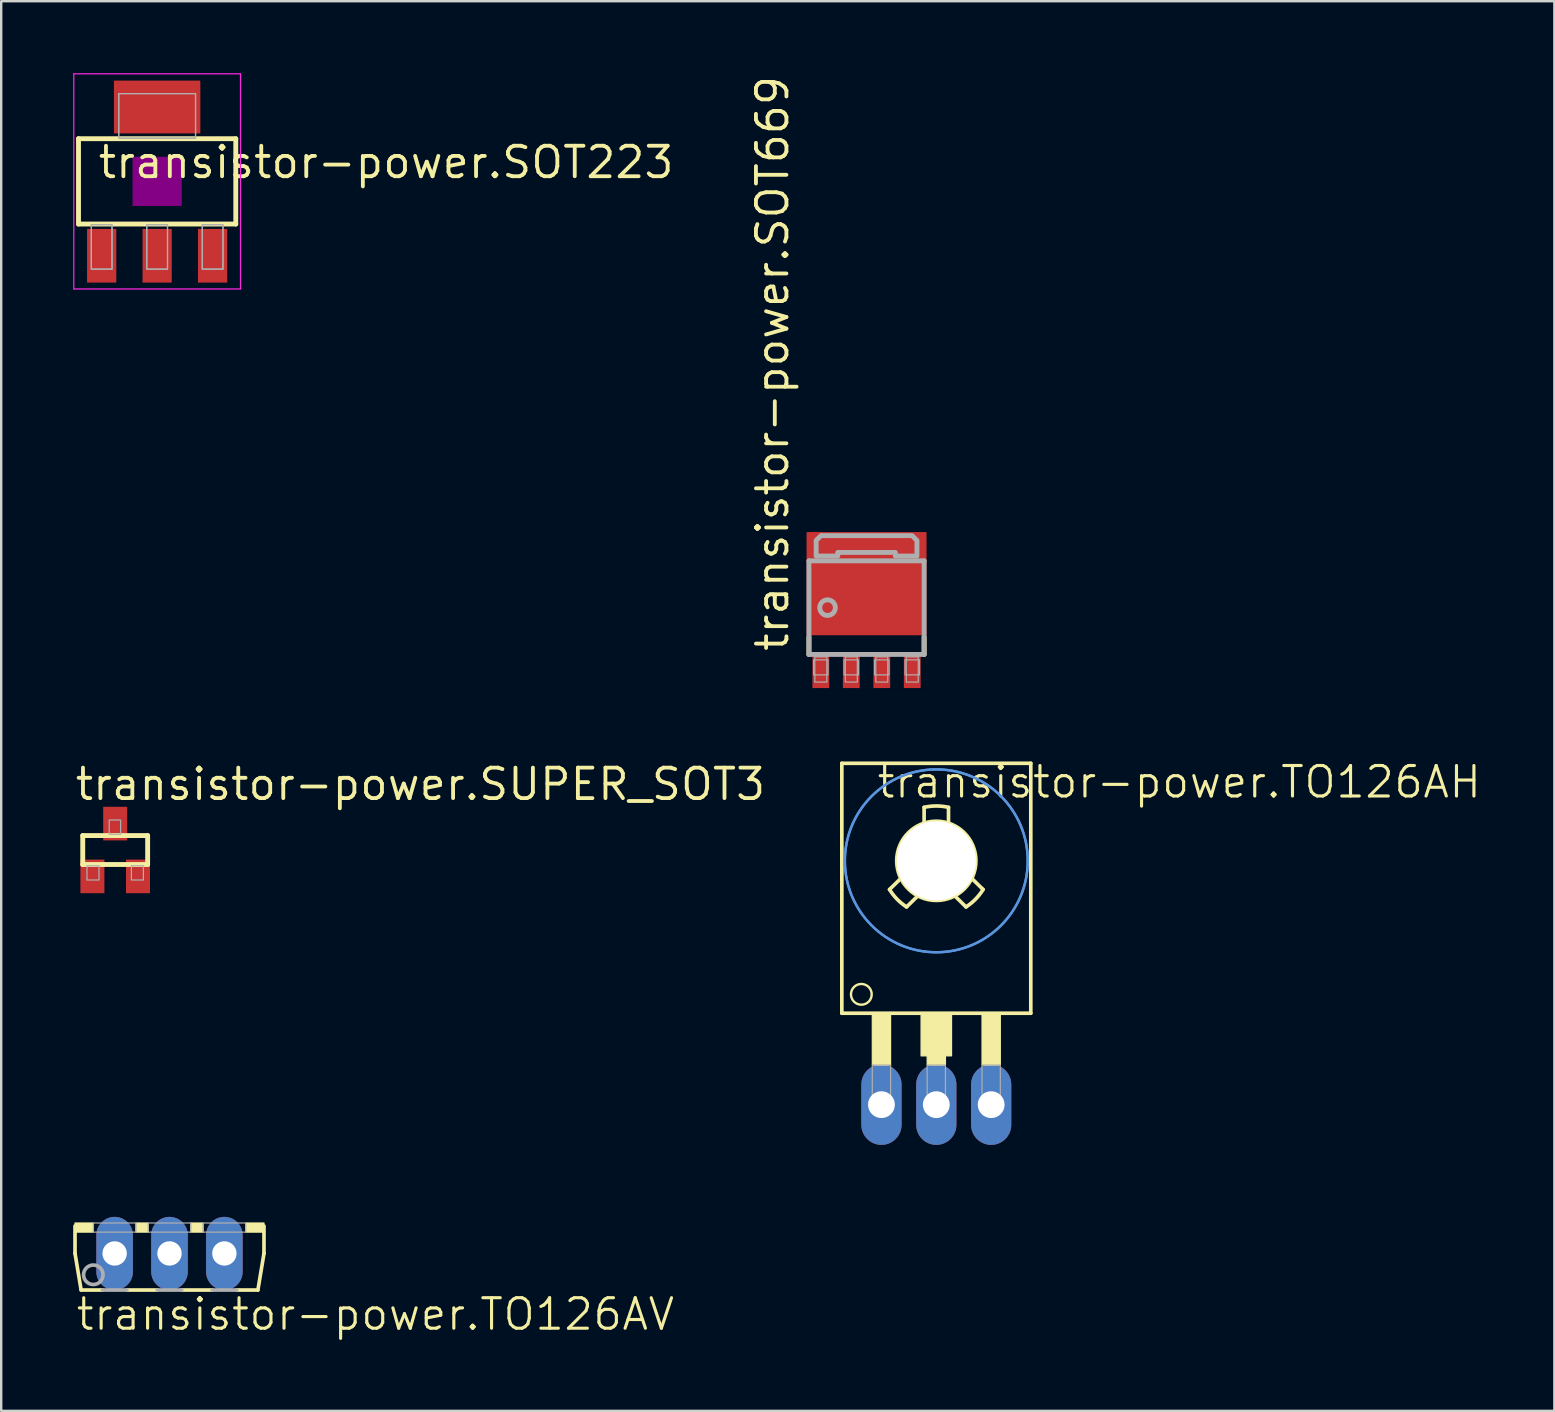
<source format=kicad_pcb>
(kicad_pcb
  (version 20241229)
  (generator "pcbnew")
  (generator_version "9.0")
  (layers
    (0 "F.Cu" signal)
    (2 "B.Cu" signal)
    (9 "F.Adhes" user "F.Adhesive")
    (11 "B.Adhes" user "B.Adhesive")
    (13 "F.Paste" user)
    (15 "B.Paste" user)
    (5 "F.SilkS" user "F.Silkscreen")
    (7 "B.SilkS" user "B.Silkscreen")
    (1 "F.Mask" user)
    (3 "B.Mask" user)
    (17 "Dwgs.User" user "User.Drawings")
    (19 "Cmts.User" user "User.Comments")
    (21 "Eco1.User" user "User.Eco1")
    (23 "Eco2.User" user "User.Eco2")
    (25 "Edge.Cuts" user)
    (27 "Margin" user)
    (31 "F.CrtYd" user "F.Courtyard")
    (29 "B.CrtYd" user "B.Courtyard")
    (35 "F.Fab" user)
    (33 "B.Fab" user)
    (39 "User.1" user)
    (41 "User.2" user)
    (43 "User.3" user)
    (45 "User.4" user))
  (footprint "transistor-power.SOT223"
    (layer "F.Cu")
    (at 3.498 4.508)
    (property "Reference" "transistor-power.SOT223" (at -2.54 -0.051 0) (layer "F.SilkS") (effects (font (size 1.27 1.27) (thickness 0.16)) (justify left bottom)))
    (attr smd)
    (fp_line (start -3.277 -1.778) (end 3.277 -1.778) (stroke (width 0.203) (type default)) (layer "F.SilkS"))
    (fp_line (start -3.277 1.778) (end -3.277 -1.778) (stroke (width 0.203) (type default)) (layer "F.SilkS"))
    (fp_line (start 3.277 -1.778) (end 3.277 1.778) (stroke (width 0.203) (type default)) (layer "F.SilkS"))
    (fp_line (start 3.277 1.778) (end -3.277 1.778) (stroke (width 0.203) (type default)) (layer "F.SilkS"))
    (fp_rect (start -1 1) (end 1 -1) (stroke (width 0.05) (type default)) (fill yes) (layer "F.Adhes"))
    (fp_line (start -3.473 -4.483) (end 3.473 -4.483) (stroke (width 0.051) (type default)) (layer "F.CrtYd"))
    (fp_line (start -3.473 4.483) (end -3.473 -4.483) (stroke (width 0.051) (type default)) (layer "F.CrtYd"))
    (fp_line (start 3.473 -4.483) (end 3.473 4.483) (stroke (width 0.051) (type default)) (layer "F.CrtYd"))
    (fp_line (start 3.473 4.483) (end -3.473 4.483) (stroke (width 0.051) (type default)) (layer "F.CrtYd"))
    (fp_rect (start -2.743 3.658) (end -1.88 1.803) (stroke (width 0.05) (type default)) (fill no) (layer "F.Fab"))
    (fp_rect (start -2.743 3.658) (end -1.88 1.803) (stroke (width 0.05) (type default)) (fill no) (layer "F.Fab"))
    (fp_rect (start -1.6 -1.803) (end 1.6 -3.658) (stroke (width 0.05) (type default)) (fill no) (layer "F.Fab"))
    (fp_rect (start -1.6 -1.803) (end 1.6 -3.658) (stroke (width 0.05) (type default)) (fill no) (layer "F.Fab"))
    (fp_rect (start -0.432 3.658) (end 0.432 1.803) (stroke (width 0.05) (type default)) (fill no) (layer "F.Fab"))
    (fp_rect (start -0.432 3.658) (end 0.432 1.803) (stroke (width 0.05) (type default)) (fill no) (layer "F.Fab"))
    (fp_rect (start 1.88 3.658) (end 2.743 1.803) (stroke (width 0.05) (type default)) (fill no) (layer "F.Fab"))
    (fp_rect (start 1.88 3.658) (end 2.743 1.803) (stroke (width 0.05) (type default)) (fill no) (layer "F.Fab"))
    (pad "1" smd roundrect (at -2.311 3.099) (size 1.219 2.235) (layers "F.Cu" "F.Mask" "F.Paste") (roundrect_rratio 0.01))
    (pad "2" smd roundrect (at 0 3.099) (size 1.219 2.235) (layers "F.Cu" "F.Mask" "F.Paste") (roundrect_rratio 0.01))
    (pad "3" smd roundrect (at 2.311 3.099) (size 1.219 2.235) (layers "F.Cu" "F.Mask" "F.Paste") (roundrect_rratio 0.01))
    (pad "4" smd roundrect (at 0 -3.099) (size 3.6 2.2) (layers "F.Cu" "F.Mask" "F.Paste") (roundrect_rratio 0.01)))
  (footprint "transistor-power.SOT669"
    (layer "F.Cu")
    (at 33.058 22.27)
    (property "Reference" "transistor-power.SOT669" (at -3.175 1.905 90) (layer "F.SilkS") (effects (font (size 1.27 1.27) (thickness 0.16)) (justify left bottom)))
    (attr smd)
    (fp_line (start -2.4 1.95) (end -2.4 1.225) (stroke (width 0.203) (type default)) (layer "F.SilkS"))
    (fp_line (start 2.4 1.225) (end 2.4 1.95) (stroke (width 0.203) (type default)) (layer "F.SilkS"))
    (fp_rect (start -2.4 -2.05) (end 2.425 -3.1) (stroke (width 0.05) (type default)) (fill yes) (layer "F.Paste"))
    (fp_rect (start -1.575 1.025) (end 1.575 -2.075) (stroke (width 0.05) (type default)) (fill yes) (layer "F.Paste"))
    (fp_line (start -2.4 -1.95) (end 2.4 -1.95) (stroke (width 0.203) (type default)) (layer "F.Fab"))
    (fp_line (start -2.4 1.95) (end -2.4 -1.95) (stroke (width 0.203) (type default)) (layer "F.Fab"))
    (fp_line (start 2.4 -1.95) (end 2.4 1.95) (stroke (width 0.203) (type default)) (layer "F.Fab"))
    (fp_line (start 2.4 1.95) (end -2.4 1.95) (stroke (width 0.203) (type default)) (layer "F.Fab"))
    (fp_rect (start -2.205 2.8) (end -1.605 2.175) (stroke (width 0.05) (type default)) (fill no) (layer "F.Fab"))
    (fp_rect (start -2.155 3.1) (end -1.655 2.05) (stroke (width 0.05) (type default)) (fill no) (layer "F.Fab"))
    (fp_rect (start -0.935 2.8) (end -0.335 2.175) (stroke (width 0.05) (type default)) (fill no) (layer "F.Fab"))
    (fp_rect (start -0.885 3.1) (end -0.385 2.05) (stroke (width 0.05) (type default)) (fill no) (layer "F.Fab"))
    (fp_rect (start 0.335 2.8) (end 0.935 2.175) (stroke (width 0.05) (type default)) (fill no) (layer "F.Fab"))
    (fp_rect (start 0.385 3.1) (end 0.885 2.05) (stroke (width 0.05) (type default)) (fill no) (layer "F.Fab"))
    (fp_rect (start 1.605 2.8) (end 2.205 2.175) (stroke (width 0.05) (type default)) (fill no) (layer "F.Fab"))
    (fp_rect (start 1.655 3.1) (end 2.155 2.05) (stroke (width 0.05) (type default)) (fill no) (layer "F.Fab"))
    (fp_circle (center -1.625 0) (end -1.3 0) (stroke (width 0.203) (type default)) (fill no) (layer "F.Fab"))
    (fp_poly (pts (xy -2.1 -2.15) (xy -2.1 -2.8) (xy -1.9 -3) (xy 1.9 -3) (xy 2.1 -2.8) (xy 2.1 -2.15) (xy 1.2 -2.15) (xy 1.2 -2.3) (xy -1.2 -2.3) (xy -1.2 -2.15)) (stroke (width 0.203) (type default)) (fill no) (layer "F.Fab"))
    (pad "1" smd roundrect (at -1.905 2.65) (size 0.7 1.4) (layers "F.Cu" "F.Mask" "F.Paste") (roundrect_rratio 0.01))
    (pad "2" smd roundrect (at -0.635 2.65) (size 0.7 1.4) (layers "F.Cu" "F.Mask" "F.Paste") (roundrect_rratio 0.01))
    (pad "3" smd roundrect (at 0.635 2.65) (size 0.7 1.4) (layers "F.Cu" "F.Mask" "F.Paste") (roundrect_rratio 0.01))
    (pad "4" smd roundrect (at 1.905 2.65) (size 0.7 1.4) (layers "F.Cu" "F.Mask" "F.Paste") (roundrect_rratio 0.01))
    (pad "MB" smd roundrect (at 0 -1) (size 5 4.3) (layers "F.Cu" "F.Mask" "F.Paste") (roundrect_rratio 0.01)))
  (footprint "transistor-power.TO126AH"
    (layer "F.Cu")
    (at 35.965 37.9)
    (property "Reference" "transistor-power.TO126AH" (at -2.54 -7.62 0) (layer "F.SilkS") (effects (font (size 1.27 1.27) (thickness 0.13)) (justify left bottom)))
    (attr through_hole)
    (fp_line (start -3.937 -9.144) (end 3.937 -9.144) (stroke (width 0.152) (type default)) (layer "F.SilkS"))
    (fp_line (start -3.937 1.27) (end -3.937 -9.144) (stroke (width 0.152) (type default)) (layer "F.SilkS"))
    (fp_line (start -3.937 1.27) (end 3.937 1.27) (stroke (width 0.152) (type default)) (layer "F.SilkS"))
    (fp_line (start -1.479 -4.346) (end -1.949 -3.886) (stroke (width 0.152) (type default)) (layer "F.SilkS"))
    (fp_line (start -0.769 -3.619) (end -1.239 -3.159) (stroke (width 0.152) (type default)) (layer "F.SilkS"))
    (fp_line (start -0.508 -6.651) (end -0.508 -7.309) (stroke (width 0.152) (type default)) (layer "F.SilkS"))
    (fp_line (start 0.508 -6.651) (end 0.508 -7.309) (stroke (width 0.152) (type default)) (layer "F.SilkS"))
    (fp_line (start 0.769 -3.619) (end 1.239 -3.159) (stroke (width 0.152) (type default)) (layer "F.SilkS"))
    (fp_line (start 1.479 -4.346) (end 1.949 -3.886) (stroke (width 0.152) (type default)) (layer "F.SilkS"))
    (fp_line (start 3.937 -9.144) (end 3.937 1.27) (stroke (width 0.152) (type default)) (layer "F.SilkS"))
    (fp_rect (start -2.667 3.429) (end -1.905 1.27) (stroke (width 0.05) (type default)) (fill yes) (layer "F.SilkS"))
    (fp_rect (start -0.635 3.048) (end 0.635 1.27) (stroke (width 0.05) (type default)) (fill yes) (layer "F.SilkS"))
    (fp_rect (start -0.381 3.429) (end 0.381 1.27) (stroke (width 0.05) (type default)) (fill yes) (layer "F.SilkS"))
    (fp_rect (start 1.905 3.429) (end 2.667 1.27) (stroke (width 0.05) (type default)) (fill yes) (layer "F.SilkS"))
    (fp_arc (start -1.2393 -3.1591) (mid -1.635181 -3.482509) (end -1.9493 -3.8858) (stroke (width 0.1524) (type default)) (layer "F.SilkS"))
    (fp_arc (start -0.508 -7.3088) (mid 0 -7.36596) (end 0.508 -7.3088) (stroke (width 0.1524) (type default)) (layer "F.SilkS"))
    (fp_arc (start 1.9493 -3.8858) (mid 1.635181 -3.482509) (end 1.2393 -3.1591) (stroke (width 0.1524) (type default)) (layer "F.SilkS"))
    (fp_circle (center -3.124 0.483) (end -2.692 0.483) (stroke (width 0.1) (type default)) (fill no) (layer "F.SilkS"))
    (fp_circle (center 0 -5.08) (end 1.651 -5.08) (stroke (width 0.152) (type default)) (fill no) (layer "F.SilkS"))
    (fp_circle (center 0 -5.08) (end 3.81 -5.08) (stroke (width 0.1) (type default)) (fill no) (layer "Cmts.User"))
    (fp_circle (center 0 -5.08) (end 3.81 -5.08) (stroke (width 0.1) (type default)) (fill no) (layer "Cmts.User"))
    (fp_rect (start -2.667 5.207) (end -1.905 3.429) (stroke (width 0.05) (type default)) (fill no) (layer "F.Fab"))
    (fp_rect (start -0.381 5.207) (end 0.381 3.429) (stroke (width 0.05) (type default)) (fill no) (layer "F.Fab"))
    (fp_rect (start 1.905 5.207) (end 2.667 3.429) (stroke (width 0.05) (type default)) (fill no) (layer "F.Fab"))
    (pad "" np_thru_hole circle (at 0 -5.08) (size 3.302 3.302) (drill 3.302) (layers "*.Cu" "*.Mask"))
    (pad "B" thru_hole oval (at 2.286 5.08 90) (size 3.353 1.676) (drill 1.118) (layers "*.Cu" "*.Mask"))
    (pad "C" thru_hole oval (at 0 5.08 90) (size 3.353 1.676) (drill 1.118) (layers "*.Cu" "*.Mask"))
    (pad "E" thru_hole oval (at -2.286 5.08 90) (size 3.353 1.676) (drill 1.118) (layers "*.Cu" "*.Mask")))
  (footprint "transistor-power.SUPER_SOT3"
    (layer "F.Cu")
    (at 1.75 32.37)
    (property "Reference" "transistor-power.SUPER_SOT3" (at -1.75 -2 0) (layer "F.SilkS") (effects (font (size 1.27 1.27) (thickness 0.16)) (justify left bottom)))
    (attr smd)
    (fp_line (start -1.352 -0.603) (end 1.352 -0.603) (stroke (width 0.203) (type default)) (layer "F.SilkS"))
    (fp_line (start -1.352 0.603) (end -1.352 -0.603) (stroke (width 0.203) (type default)) (layer "F.SilkS"))
    (fp_line (start 1.352 -0.603) (end 1.352 0.603) (stroke (width 0.203) (type default)) (layer "F.SilkS"))
    (fp_line (start 1.352 0.603) (end -1.352 0.603) (stroke (width 0.203) (type default)) (layer "F.SilkS"))
    (fp_rect (start -1.175 1.25) (end -0.675 0.653) (stroke (width 0.05) (type default)) (fill no) (layer "F.Fab"))
    (fp_rect (start -0.25 -0.653) (end 0.225 -1.25) (stroke (width 0.05) (type default)) (fill no) (layer "F.Fab"))
    (fp_rect (start 0.675 1.25) (end 1.175 0.653) (stroke (width 0.05) (type default)) (fill no) (layer "F.Fab"))
    (pad "1" smd roundrect (at -0.95 1.1) (size 1 1.4) (layers "F.Cu" "F.Mask" "F.Paste") (roundrect_rratio 0.01))
    (pad "2" smd roundrect (at 0.95 1.1) (size 1 1.4) (layers "F.Cu" "F.Mask" "F.Paste") (roundrect_rratio 0.01))
    (pad "3" smd roundrect (at 0 -1.1) (size 1 1.4) (layers "F.Cu" "F.Mask" "F.Paste") (roundrect_rratio 0.01)))
  (footprint "transistor-power.TO126AV"
    (layer "F.Cu")
    (at 4.013 47.91)
    (property "Reference" "transistor-power.TO126AV" (at -3.962 4.547 0) (layer "F.SilkS") (effects (font (size 1.27 1.27) (thickness 0.13)) (justify left bottom)))
    (attr through_hole)
    (fp_line (start -3.937 0.127) (end -3.937 1.27) (stroke (width 0.152) (type default)) (layer "F.SilkS"))
    (fp_line (start -3.937 1.27) (end -3.683 2.794) (stroke (width 0.152) (type default)) (layer "F.SilkS"))
    (fp_line (start -3.683 2.794) (end -2.794 2.794) (stroke (width 0.152) (type default)) (layer "F.SilkS"))
    (fp_line (start -1.778 2.794) (end -0.508 2.794) (stroke (width 0.152) (type default)) (layer "F.SilkS"))
    (fp_line (start 0.508 2.794) (end 1.778 2.794) (stroke (width 0.152) (type default)) (layer "F.SilkS"))
    (fp_line (start 2.794 2.794) (end 3.683 2.794) (stroke (width 0.152) (type default)) (layer "F.SilkS"))
    (fp_line (start 3.683 2.794) (end 3.937 1.27) (stroke (width 0.152) (type default)) (layer "F.SilkS"))
    (fp_line (start 3.937 1.27) (end 3.937 0.127) (stroke (width 0.152) (type default)) (layer "F.SilkS"))
    (fp_rect (start -3.937 0.381) (end -3.175 0) (stroke (width 0.05) (type default)) (fill yes) (layer "F.SilkS"))
    (fp_rect (start -1.397 0.381) (end -0.889 0) (stroke (width 0.05) (type default)) (fill yes) (layer "F.SilkS"))
    (fp_rect (start 0.889 0.381) (end 1.397 0) (stroke (width 0.05) (type default)) (fill yes) (layer "F.SilkS"))
    (fp_rect (start 3.175 0.381) (end 3.937 0) (stroke (width 0.05) (type default)) (fill yes) (layer "F.SilkS"))
    (fp_line (start -2.794 2.794) (end -1.778 2.794) (stroke (width 0.152) (type default)) (layer "F.Fab"))
    (fp_line (start -0.508 2.794) (end 0.508 2.794) (stroke (width 0.152) (type default)) (layer "F.Fab"))
    (fp_line (start 1.778 2.794) (end 2.794 2.794) (stroke (width 0.152) (type default)) (layer "F.Fab"))
    (fp_rect (start -3.175 0.381) (end -1.397 0) (stroke (width 0.05) (type default)) (fill no) (layer "F.Fab"))
    (fp_rect (start -0.889 0.381) (end 0.889 0) (stroke (width 0.05) (type default)) (fill no) (layer "F.Fab"))
    (fp_rect (start 1.397 0.381) (end 3.175 0) (stroke (width 0.05) (type default)) (fill no) (layer "F.Fab"))
    (fp_circle (center -3.175 2.159) (end -2.769 2.159) (stroke (width 0.152) (type default)) (fill no) (layer "F.Fab"))
    (pad "B" thru_hole oval (at 2.286 1.27 90) (size 3.048 1.524) (drill 1.016) (layers "*.Cu" "*.Mask"))
    (pad "C" thru_hole oval (at 0 1.27 90) (size 3.048 1.524) (drill 1.016) (layers "*.Cu" "*.Mask"))
    (pad "E" thru_hole oval (at -2.286 1.27 90) (size 3.048 1.524) (drill 1.016) (layers "*.Cu" "*.Mask")))
  (gr_rect
    (start -3 -3)
    (end 61.719 55.739)
    (stroke (width 0.1) (type default))
    (fill no)
    (layer "Edge.Cuts")))
</source>
